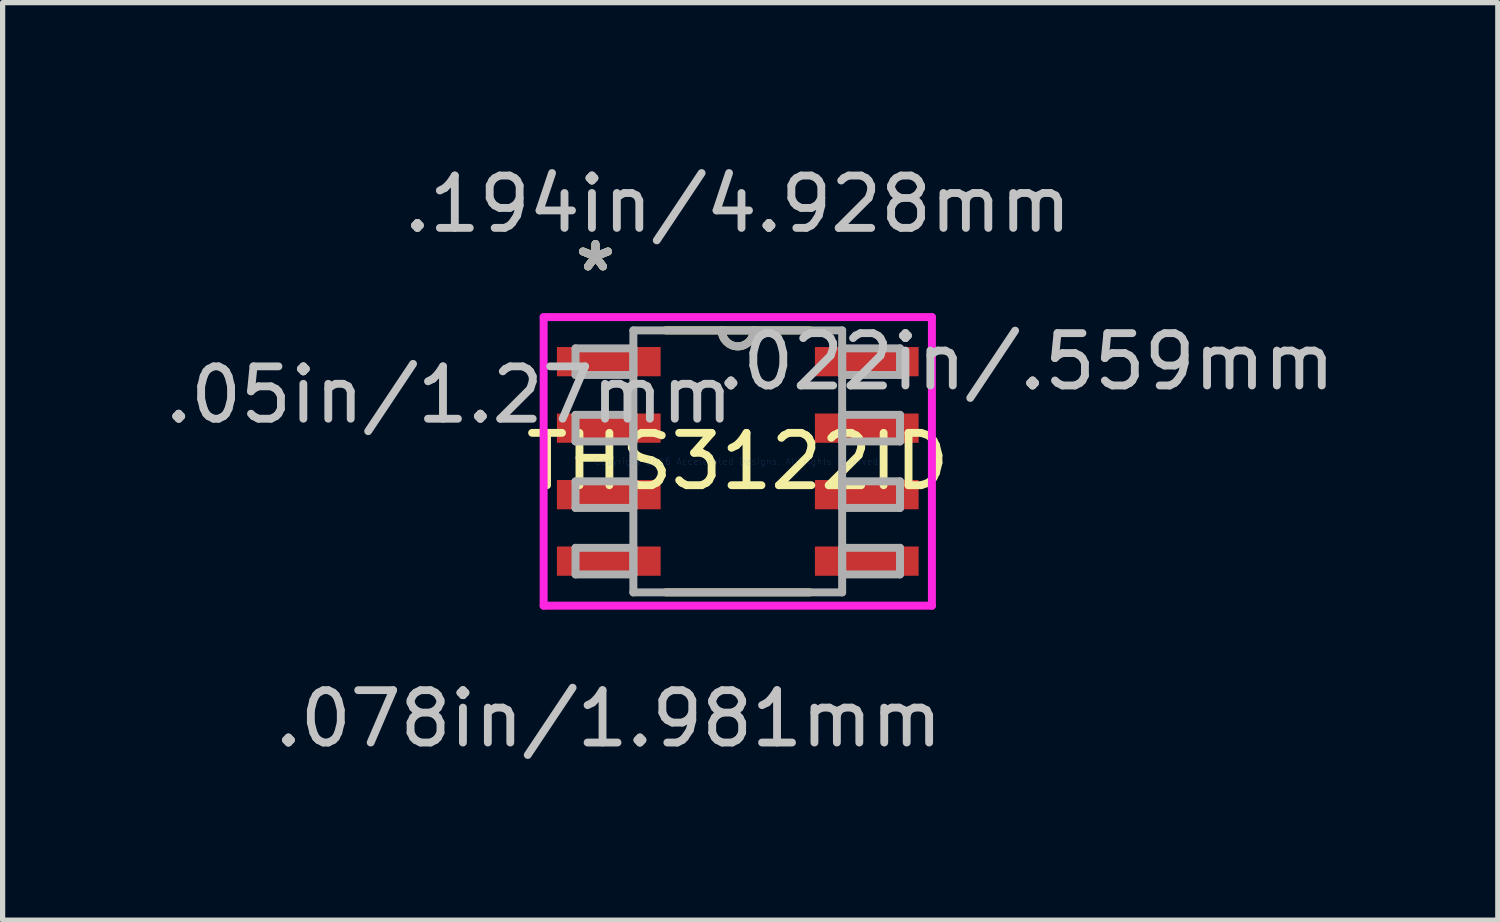
<source format=kicad_pcb>
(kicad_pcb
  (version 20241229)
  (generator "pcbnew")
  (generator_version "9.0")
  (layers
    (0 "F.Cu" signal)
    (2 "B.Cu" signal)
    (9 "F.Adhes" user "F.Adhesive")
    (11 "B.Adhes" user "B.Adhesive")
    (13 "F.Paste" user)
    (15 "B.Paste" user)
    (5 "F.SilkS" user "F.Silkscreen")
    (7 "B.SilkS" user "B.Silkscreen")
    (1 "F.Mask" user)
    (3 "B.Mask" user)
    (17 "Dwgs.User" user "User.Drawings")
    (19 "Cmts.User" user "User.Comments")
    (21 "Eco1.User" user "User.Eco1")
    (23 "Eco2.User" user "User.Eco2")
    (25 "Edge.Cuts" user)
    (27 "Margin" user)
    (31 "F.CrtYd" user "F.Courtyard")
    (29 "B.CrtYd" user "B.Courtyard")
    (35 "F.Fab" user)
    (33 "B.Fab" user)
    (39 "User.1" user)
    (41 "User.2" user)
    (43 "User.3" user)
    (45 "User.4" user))
  (footprint "THS3122ID"
    (layer "F.Cu")
    (at 11.042 5.763)
    (property "Reference" "THS3122ID" (at 0 0 0) (layer "F.SilkS") (effects (font (size 1 1) (thickness 0.15))))
    (attr through_hole)
    (fp_line (start -1.374 2.502) (end 1.374 2.502) (stroke (width 0.152) (type solid)) (layer "F.SilkS"))
    (fp_line (start 1.374 -2.502) (end -1.374 -2.502) (stroke (width 0.152) (type solid)) (layer "F.SilkS"))
    (fp_arc (start 0.3048 -2.5019) (mid 0 -2.1971) (end -0.3048 -2.5019) (stroke (width 0.1524) (type solid)) (layer "F.SilkS"))
    (fp_line (start -3.708 -2.756) (end 3.708 -2.756) (stroke (width 0.152) (type solid)) (layer "F.CrtYd"))
    (fp_line (start -3.708 2.756) (end -3.708 -2.756) (stroke (width 0.152) (type solid)) (layer "F.CrtYd"))
    (fp_line (start 3.708 -2.756) (end 3.708 2.756) (stroke (width 0.152) (type solid)) (layer "F.CrtYd"))
    (fp_line (start 3.708 2.756) (end -3.708 2.756) (stroke (width 0.152) (type solid)) (layer "F.CrtYd"))
    (fp_line (start -3.099 -2.159) (end -3.099 -1.651) (stroke (width 0.152) (type solid)) (layer "F.Fab"))
    (fp_line (start -3.099 -1.651) (end -1.994 -1.651) (stroke (width 0.152) (type solid)) (layer "F.Fab"))
    (fp_line (start -3.099 -0.889) (end -3.099 -0.381) (stroke (width 0.152) (type solid)) (layer "F.Fab"))
    (fp_line (start -3.099 -0.381) (end -1.994 -0.381) (stroke (width 0.152) (type solid)) (layer "F.Fab"))
    (fp_line (start -3.099 0.381) (end -3.099 0.889) (stroke (width 0.152) (type solid)) (layer "F.Fab"))
    (fp_line (start -3.099 0.889) (end -1.994 0.889) (stroke (width 0.152) (type solid)) (layer "F.Fab"))
    (fp_line (start -3.099 1.651) (end -3.099 2.159) (stroke (width 0.152) (type solid)) (layer "F.Fab"))
    (fp_line (start -3.099 2.159) (end -1.994 2.159) (stroke (width 0.152) (type solid)) (layer "F.Fab"))
    (fp_line (start -1.994 -2.502) (end -1.994 2.502) (stroke (width 0.152) (type solid)) (layer "F.Fab"))
    (fp_line (start -1.994 -2.159) (end -3.099 -2.159) (stroke (width 0.152) (type solid)) (layer "F.Fab"))
    (fp_line (start -1.994 -1.651) (end -1.994 -2.159) (stroke (width 0.152) (type solid)) (layer "F.Fab"))
    (fp_line (start -1.994 -0.889) (end -3.099 -0.889) (stroke (width 0.152) (type solid)) (layer "F.Fab"))
    (fp_line (start -1.994 -0.381) (end -1.994 -0.889) (stroke (width 0.152) (type solid)) (layer "F.Fab"))
    (fp_line (start -1.994 0.381) (end -3.099 0.381) (stroke (width 0.152) (type solid)) (layer "F.Fab"))
    (fp_line (start -1.994 0.889) (end -1.994 0.381) (stroke (width 0.152) (type solid)) (layer "F.Fab"))
    (fp_line (start -1.994 1.651) (end -3.099 1.651) (stroke (width 0.152) (type solid)) (layer "F.Fab"))
    (fp_line (start -1.994 2.159) (end -1.994 1.651) (stroke (width 0.152) (type solid)) (layer "F.Fab"))
    (fp_line (start -1.994 2.502) (end 1.994 2.502) (stroke (width 0.152) (type solid)) (layer "F.Fab"))
    (fp_line (start 1.994 -2.502) (end -1.994 -2.502) (stroke (width 0.152) (type solid)) (layer "F.Fab"))
    (fp_line (start 1.994 -2.159) (end 1.994 -1.651) (stroke (width 0.152) (type solid)) (layer "F.Fab"))
    (fp_line (start 1.994 -1.651) (end 3.099 -1.651) (stroke (width 0.152) (type solid)) (layer "F.Fab"))
    (fp_line (start 1.994 -0.889) (end 1.994 -0.381) (stroke (width 0.152) (type solid)) (layer "F.Fab"))
    (fp_line (start 1.994 -0.381) (end 3.099 -0.381) (stroke (width 0.152) (type solid)) (layer "F.Fab"))
    (fp_line (start 1.994 0.381) (end 1.994 0.889) (stroke (width 0.152) (type solid)) (layer "F.Fab"))
    (fp_line (start 1.994 0.889) (end 3.099 0.889) (stroke (width 0.152) (type solid)) (layer "F.Fab"))
    (fp_line (start 1.994 1.651) (end 1.994 2.159) (stroke (width 0.152) (type solid)) (layer "F.Fab"))
    (fp_line (start 1.994 2.159) (end 3.099 2.159) (stroke (width 0.152) (type solid)) (layer "F.Fab"))
    (fp_line (start 1.994 2.502) (end 1.994 -2.502) (stroke (width 0.152) (type solid)) (layer "F.Fab"))
    (fp_line (start 3.099 -2.159) (end 1.994 -2.159) (stroke (width 0.152) (type solid)) (layer "F.Fab"))
    (fp_line (start 3.099 -1.651) (end 3.099 -2.159) (stroke (width 0.152) (type solid)) (layer "F.Fab"))
    (fp_line (start 3.099 -0.889) (end 1.994 -0.889) (stroke (width 0.152) (type solid)) (layer "F.Fab"))
    (fp_line (start 3.099 -0.381) (end 3.099 -0.889) (stroke (width 0.152) (type solid)) (layer "F.Fab"))
    (fp_line (start 3.099 0.381) (end 1.994 0.381) (stroke (width 0.152) (type solid)) (layer "F.Fab"))
    (fp_line (start 3.099 0.889) (end 3.099 0.381) (stroke (width 0.152) (type solid)) (layer "F.Fab"))
    (fp_line (start 3.099 1.651) (end 1.994 1.651) (stroke (width 0.152) (type solid)) (layer "F.Fab"))
    (fp_line (start 3.099 2.159) (end 3.099 1.651) (stroke (width 0.152) (type solid)) (layer "F.Fab"))
    (fp_arc (start 0.3048 -2.5019) (mid 0 -2.1971) (end -0.3048 -2.5019) (stroke (width 0.1524) (type solid)) (layer "F.Fab"))
    (fp_text user "*" (at -2.718 -3.607 0) (layer "F.SilkS") (effects (font (size 1 1) (thickness 0.15))))
    (fp_text user "*" (at -2.718 -3.607 0) (layer "F.SilkS") (effects (font (size 1 1) (thickness 0.15))))
    (fp_text user ".078in/1.981mm" (at -2.464 4.915 0) (layer "Dwgs.User") (effects (font (size 1 1) (thickness 0.15))))
    (fp_text user ".194in/4.928mm" (at 0 -4.915 0) (layer "Dwgs.User") (effects (font (size 1 1) (thickness 0.15))))
    (fp_text user ".05in/1.27mm" (at -5.512 -1.27 0) (layer "Dwgs.User") (effects (font (size 1 1) (thickness 0.15))))
    (fp_text user ".022in/.559mm" (at 5.512 -1.905 0) (layer "Dwgs.User") (effects (font (size 1 1) (thickness 0.15))))
    (fp_text user "Copyright 2016 Accelerated Designs. All rights reserved." (at 0 0 0) (layer "Cmts.User") (effects (font (size 0.127 0.127) (thickness 0.002))))
    (fp_text user "*" (at -2.718 -3.607 0) (layer "F.Fab") (effects (font (size 1 1) (thickness 0.15))))
    (fp_text user "*" (at -2.718 -3.607 0) (layer "F.Fab") (effects (font (size 1 1) (thickness 0.15))))
    (pad "1" smd rect (at -2.464 -1.905) (size 1.981 0.559) (layers "F.Cu" "F.Mask" "F.Paste"))
    (pad "2" smd rect (at -2.464 -0.635) (size 1.981 0.559) (layers "F.Cu" "F.Mask" "F.Paste"))
    (pad "3" smd rect (at -2.464 0.635) (size 1.981 0.559) (layers "F.Cu" "F.Mask" "F.Paste"))
    (pad "4" smd rect (at -2.464 1.905) (size 1.981 0.559) (layers "F.Cu" "F.Mask" "F.Paste"))
    (pad "5" smd rect (at 2.464 1.905) (size 1.981 0.559) (layers "F.Cu" "F.Mask" "F.Paste"))
    (pad "6" smd rect (at 2.464 0.635) (size 1.981 0.559) (layers "F.Cu" "F.Mask" "F.Paste"))
    (pad "7" smd rect (at 2.464 -0.635) (size 1.981 0.559) (layers "F.Cu" "F.Mask" "F.Paste"))
    (pad "8" smd rect (at 2.464 -1.905) (size 1.981 0.559) (layers "F.Cu" "F.Mask" "F.Paste")))
  (gr_rect
    (start -3 -3)
    (end 25.559 14.526)
    (stroke (width 0.1) (type default))
    (fill no)
    (layer "Edge.Cuts")))
</source>
